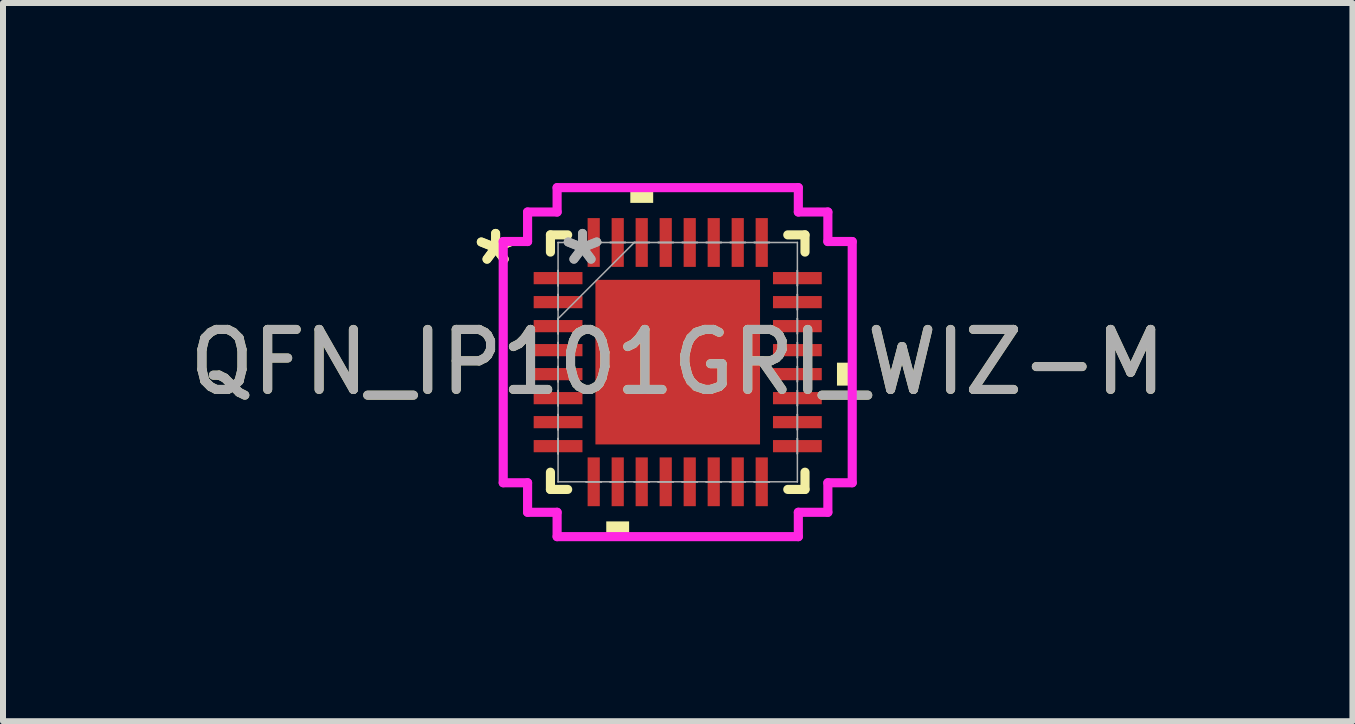
<source format=kicad_pcb>
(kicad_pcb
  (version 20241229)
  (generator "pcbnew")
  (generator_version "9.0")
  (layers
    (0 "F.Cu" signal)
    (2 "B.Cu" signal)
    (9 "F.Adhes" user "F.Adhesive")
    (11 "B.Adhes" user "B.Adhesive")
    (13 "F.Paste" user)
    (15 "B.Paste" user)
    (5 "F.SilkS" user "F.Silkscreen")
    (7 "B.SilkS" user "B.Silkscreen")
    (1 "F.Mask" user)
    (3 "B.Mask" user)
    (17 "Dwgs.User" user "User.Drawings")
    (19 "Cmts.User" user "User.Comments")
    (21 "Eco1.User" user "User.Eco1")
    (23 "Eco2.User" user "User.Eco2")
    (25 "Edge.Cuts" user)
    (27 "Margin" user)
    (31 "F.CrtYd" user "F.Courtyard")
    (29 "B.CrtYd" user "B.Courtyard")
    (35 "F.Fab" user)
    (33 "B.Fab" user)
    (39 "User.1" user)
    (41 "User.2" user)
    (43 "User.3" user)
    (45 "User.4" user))
  (footprint "QFN_IP101GRI_WIZ-M"
    (layer "F.Cu")
    (at 8.244 2.985)
    (property "Reference" "QFN_IP101GRI_WIZ-M" (at 0 0 0) (unlocked yes) (layer "F.SilkS") (effects (font (size 1 1) (thickness 0.15))))
    (attr smd)
    (fp_line (start -2.121 -2.121) (end -2.121 -1.834) (stroke (width 0.152) (type solid)) (layer "F.SilkS"))
    (fp_line (start -2.121 1.834) (end -2.121 2.121) (stroke (width 0.152) (type solid)) (layer "F.SilkS"))
    (fp_line (start -2.121 2.121) (end -1.834 2.121) (stroke (width 0.152) (type solid)) (layer "F.SilkS"))
    (fp_line (start -1.834 -2.121) (end -2.121 -2.121) (stroke (width 0.152) (type solid)) (layer "F.SilkS"))
    (fp_line (start 1.834 2.121) (end 2.121 2.121) (stroke (width 0.152) (type solid)) (layer "F.SilkS"))
    (fp_line (start 2.121 -2.121) (end 1.834 -2.121) (stroke (width 0.152) (type solid)) (layer "F.SilkS"))
    (fp_line (start 2.121 -1.834) (end 2.121 -2.121) (stroke (width 0.152) (type solid)) (layer "F.SilkS"))
    (fp_line (start 2.121 2.121) (end 2.121 1.834) (stroke (width 0.152) (type solid)) (layer "F.SilkS"))
    (fp_poly (pts (xy -1.191 2.654) (xy -1.191 2.908) (xy -0.81 2.908) (xy -0.81 2.654)) (stroke (width 0) (type solid)) (fill yes) (layer "F.SilkS"))
    (fp_poly (pts (xy -0.79 -2.654) (xy -0.79 -2.908) (xy -0.409 -2.908) (xy -0.409 -2.654)) (stroke (width 0) (type solid)) (fill yes) (layer "F.SilkS"))
    (fp_poly (pts (xy 2.908 0.009) (xy 2.908 0.391) (xy 2.654 0.391) (xy 2.654 0.009)) (stroke (width 0) (type solid)) (fill yes) (layer "F.SilkS"))
    (fp_poly (pts (xy -1.272 -1.272) (xy -1.272 -0.1) (xy -0.1 -0.1) (xy -0.1 -1.272)) (stroke (width 0) (type solid)) (fill yes) (layer "F.Paste"))
    (fp_poly (pts (xy -1.272 0.1) (xy -1.272 1.272) (xy -0.1 1.272) (xy -0.1 0.1)) (stroke (width 0) (type solid)) (fill yes) (layer "F.Paste"))
    (fp_poly (pts (xy 0.1 -1.272) (xy 0.1 -0.1) (xy 1.272 -0.1) (xy 1.272 -1.272)) (stroke (width 0) (type solid)) (fill yes) (layer "F.Paste"))
    (fp_poly (pts (xy 0.1 0.1) (xy 0.1 1.272) (xy 1.272 1.272) (xy 1.272 0.1)) (stroke (width 0) (type solid)) (fill yes) (layer "F.Paste"))
    (fp_line (start -2.908 -2.01) (end -2.502 -2.01) (stroke (width 0.152) (type solid)) (layer "F.CrtYd"))
    (fp_line (start -2.908 2.01) (end -2.908 -2.01) (stroke (width 0.152) (type solid)) (layer "F.CrtYd"))
    (fp_line (start -2.502 -2.502) (end -2.01 -2.502) (stroke (width 0.152) (type solid)) (layer "F.CrtYd"))
    (fp_line (start -2.502 -2.01) (end -2.502 -2.502) (stroke (width 0.152) (type solid)) (layer "F.CrtYd"))
    (fp_line (start -2.502 2.01) (end -2.908 2.01) (stroke (width 0.152) (type solid)) (layer "F.CrtYd"))
    (fp_line (start -2.502 2.502) (end -2.502 2.01) (stroke (width 0.152) (type solid)) (layer "F.CrtYd"))
    (fp_line (start -2.01 -2.908) (end 2.01 -2.908) (stroke (width 0.152) (type solid)) (layer "F.CrtYd"))
    (fp_line (start -2.01 -2.502) (end -2.01 -2.908) (stroke (width 0.152) (type solid)) (layer "F.CrtYd"))
    (fp_line (start -2.01 2.502) (end -2.502 2.502) (stroke (width 0.152) (type solid)) (layer "F.CrtYd"))
    (fp_line (start -2.01 2.908) (end -2.01 2.502) (stroke (width 0.152) (type solid)) (layer "F.CrtYd"))
    (fp_line (start 2.01 -2.908) (end 2.01 -2.502) (stroke (width 0.152) (type solid)) (layer "F.CrtYd"))
    (fp_line (start 2.01 -2.502) (end 2.502 -2.502) (stroke (width 0.152) (type solid)) (layer "F.CrtYd"))
    (fp_line (start 2.01 2.502) (end 2.01 2.908) (stroke (width 0.152) (type solid)) (layer "F.CrtYd"))
    (fp_line (start 2.01 2.908) (end -2.01 2.908) (stroke (width 0.152) (type solid)) (layer "F.CrtYd"))
    (fp_line (start 2.502 -2.502) (end 2.502 -2.01) (stroke (width 0.152) (type solid)) (layer "F.CrtYd"))
    (fp_line (start 2.502 -2.01) (end 2.908 -2.01) (stroke (width 0.152) (type solid)) (layer "F.CrtYd"))
    (fp_line (start 2.502 2.01) (end 2.502 2.502) (stroke (width 0.152) (type solid)) (layer "F.CrtYd"))
    (fp_line (start 2.502 2.502) (end 2.01 2.502) (stroke (width 0.152) (type solid)) (layer "F.CrtYd"))
    (fp_line (start 2.908 -2.01) (end 2.908 2.01) (stroke (width 0.152) (type solid)) (layer "F.CrtYd"))
    (fp_line (start 2.908 2.01) (end 2.502 2.01) (stroke (width 0.152) (type solid)) (layer "F.CrtYd"))
    (fp_line (start -1.994 -1.994) (end -1.994 -1.994) (stroke (width 0.025) (type solid)) (layer "F.Fab"))
    (fp_line (start -1.994 -1.994) (end -1.994 1.994) (stroke (width 0.025) (type solid)) (layer "F.Fab"))
    (fp_line (start -1.994 -1.527) (end -1.994 -1.527) (stroke (width 0.025) (type solid)) (layer "F.Fab"))
    (fp_line (start -1.994 -1.527) (end -1.994 -1.273) (stroke (width 0.025) (type solid)) (layer "F.Fab"))
    (fp_line (start -1.994 -1.273) (end -1.994 -1.527) (stroke (width 0.025) (type solid)) (layer "F.Fab"))
    (fp_line (start -1.994 -1.273) (end -1.994 -1.273) (stroke (width 0.025) (type solid)) (layer "F.Fab"))
    (fp_line (start -1.994 -1.127) (end -1.994 -1.127) (stroke (width 0.025) (type solid)) (layer "F.Fab"))
    (fp_line (start -1.994 -1.127) (end -1.994 -0.873) (stroke (width 0.025) (type solid)) (layer "F.Fab"))
    (fp_line (start -1.994 -0.873) (end -1.994 -1.127) (stroke (width 0.025) (type solid)) (layer "F.Fab"))
    (fp_line (start -1.994 -0.873) (end -1.994 -0.873) (stroke (width 0.025) (type solid)) (layer "F.Fab"))
    (fp_line (start -1.994 -0.727) (end -1.994 -0.727) (stroke (width 0.025) (type solid)) (layer "F.Fab"))
    (fp_line (start -1.994 -0.727) (end -1.994 -0.473) (stroke (width 0.025) (type solid)) (layer "F.Fab"))
    (fp_line (start -1.994 -0.724) (end -0.724 -1.994) (stroke (width 0.025) (type solid)) (layer "F.Fab"))
    (fp_line (start -1.994 -0.473) (end -1.994 -0.727) (stroke (width 0.025) (type solid)) (layer "F.Fab"))
    (fp_line (start -1.994 -0.473) (end -1.994 -0.473) (stroke (width 0.025) (type solid)) (layer "F.Fab"))
    (fp_line (start -1.994 -0.327) (end -1.994 -0.327) (stroke (width 0.025) (type solid)) (layer "F.Fab"))
    (fp_line (start -1.994 -0.327) (end -1.994 -0.073) (stroke (width 0.025) (type solid)) (layer "F.Fab"))
    (fp_line (start -1.994 -0.073) (end -1.994 -0.327) (stroke (width 0.025) (type solid)) (layer "F.Fab"))
    (fp_line (start -1.994 -0.073) (end -1.994 -0.073) (stroke (width 0.025) (type solid)) (layer "F.Fab"))
    (fp_line (start -1.994 0.073) (end -1.994 0.073) (stroke (width 0.025) (type solid)) (layer "F.Fab"))
    (fp_line (start -1.994 0.073) (end -1.994 0.327) (stroke (width 0.025) (type solid)) (layer "F.Fab"))
    (fp_line (start -1.994 0.327) (end -1.994 0.073) (stroke (width 0.025) (type solid)) (layer "F.Fab"))
    (fp_line (start -1.994 0.327) (end -1.994 0.327) (stroke (width 0.025) (type solid)) (layer "F.Fab"))
    (fp_line (start -1.994 0.473) (end -1.994 0.473) (stroke (width 0.025) (type solid)) (layer "F.Fab"))
    (fp_line (start -1.994 0.473) (end -1.994 0.727) (stroke (width 0.025) (type solid)) (layer "F.Fab"))
    (fp_line (start -1.994 0.727) (end -1.994 0.473) (stroke (width 0.025) (type solid)) (layer "F.Fab"))
    (fp_line (start -1.994 0.727) (end -1.994 0.727) (stroke (width 0.025) (type solid)) (layer "F.Fab"))
    (fp_line (start -1.994 0.873) (end -1.994 0.873) (stroke (width 0.025) (type solid)) (layer "F.Fab"))
    (fp_line (start -1.994 0.873) (end -1.994 1.127) (stroke (width 0.025) (type solid)) (layer "F.Fab"))
    (fp_line (start -1.994 1.127) (end -1.994 0.873) (stroke (width 0.025) (type solid)) (layer "F.Fab"))
    (fp_line (start -1.994 1.127) (end -1.994 1.127) (stroke (width 0.025) (type solid)) (layer "F.Fab"))
    (fp_line (start -1.994 1.273) (end -1.994 1.273) (stroke (width 0.025) (type solid)) (layer "F.Fab"))
    (fp_line (start -1.994 1.273) (end -1.994 1.527) (stroke (width 0.025) (type solid)) (layer "F.Fab"))
    (fp_line (start -1.994 1.527) (end -1.994 1.273) (stroke (width 0.025) (type solid)) (layer "F.Fab"))
    (fp_line (start -1.994 1.527) (end -1.994 1.527) (stroke (width 0.025) (type solid)) (layer "F.Fab"))
    (fp_line (start -1.994 1.994) (end -1.994 1.994) (stroke (width 0.025) (type solid)) (layer "F.Fab"))
    (fp_line (start -1.994 1.994) (end 1.994 1.994) (stroke (width 0.025) (type solid)) (layer "F.Fab"))
    (fp_line (start -1.527 -1.994) (end -1.527 -1.994) (stroke (width 0.025) (type solid)) (layer "F.Fab"))
    (fp_line (start -1.527 -1.994) (end -1.273 -1.994) (stroke (width 0.025) (type solid)) (layer "F.Fab"))
    (fp_line (start -1.527 1.994) (end -1.527 1.994) (stroke (width 0.025) (type solid)) (layer "F.Fab"))
    (fp_line (start -1.527 1.994) (end -1.273 1.994) (stroke (width 0.025) (type solid)) (layer "F.Fab"))
    (fp_line (start -1.273 -1.994) (end -1.527 -1.994) (stroke (width 0.025) (type solid)) (layer "F.Fab"))
    (fp_line (start -1.273 -1.994) (end -1.273 -1.994) (stroke (width 0.025) (type solid)) (layer "F.Fab"))
    (fp_line (start -1.273 1.994) (end -1.527 1.994) (stroke (width 0.025) (type solid)) (layer "F.Fab"))
    (fp_line (start -1.273 1.994) (end -1.273 1.994) (stroke (width 0.025) (type solid)) (layer "F.Fab"))
    (fp_line (start -1.127 -1.994) (end -1.127 -1.994) (stroke (width 0.025) (type solid)) (layer "F.Fab"))
    (fp_line (start -1.127 -1.994) (end -0.873 -1.994) (stroke (width 0.025) (type solid)) (layer "F.Fab"))
    (fp_line (start -1.127 1.994) (end -1.127 1.994) (stroke (width 0.025) (type solid)) (layer "F.Fab"))
    (fp_line (start -1.127 1.994) (end -0.873 1.994) (stroke (width 0.025) (type solid)) (layer "F.Fab"))
    (fp_line (start -0.873 -1.994) (end -1.127 -1.994) (stroke (width 0.025) (type solid)) (layer "F.Fab"))
    (fp_line (start -0.873 -1.994) (end -0.873 -1.994) (stroke (width 0.025) (type solid)) (layer "F.Fab"))
    (fp_line (start -0.873 1.994) (end -1.127 1.994) (stroke (width 0.025) (type solid)) (layer "F.Fab"))
    (fp_line (start -0.873 1.994) (end -0.873 1.994) (stroke (width 0.025) (type solid)) (layer "F.Fab"))
    (fp_line (start -0.727 -1.994) (end -0.727 -1.994) (stroke (width 0.025) (type solid)) (layer "F.Fab"))
    (fp_line (start -0.727 -1.994) (end -0.473 -1.994) (stroke (width 0.025) (type solid)) (layer "F.Fab"))
    (fp_line (start -0.727 1.994) (end -0.727 1.994) (stroke (width 0.025) (type solid)) (layer "F.Fab"))
    (fp_line (start -0.727 1.994) (end -0.473 1.994) (stroke (width 0.025) (type solid)) (layer "F.Fab"))
    (fp_line (start -0.473 -1.994) (end -0.727 -1.994) (stroke (width 0.025) (type solid)) (layer "F.Fab"))
    (fp_line (start -0.473 -1.994) (end -0.473 -1.994) (stroke (width 0.025) (type solid)) (layer "F.Fab"))
    (fp_line (start -0.473 1.994) (end -0.727 1.994) (stroke (width 0.025) (type solid)) (layer "F.Fab"))
    (fp_line (start -0.473 1.994) (end -0.473 1.994) (stroke (width 0.025) (type solid)) (layer "F.Fab"))
    (fp_line (start -0.327 -1.994) (end -0.327 -1.994) (stroke (width 0.025) (type solid)) (layer "F.Fab"))
    (fp_line (start -0.327 -1.994) (end -0.073 -1.994) (stroke (width 0.025) (type solid)) (layer "F.Fab"))
    (fp_line (start -0.327 1.994) (end -0.327 1.994) (stroke (width 0.025) (type solid)) (layer "F.Fab"))
    (fp_line (start -0.327 1.994) (end -0.073 1.994) (stroke (width 0.025) (type solid)) (layer "F.Fab"))
    (fp_line (start -0.073 -1.994) (end -0.327 -1.994) (stroke (width 0.025) (type solid)) (layer "F.Fab"))
    (fp_line (start -0.073 -1.994) (end -0.073 -1.994) (stroke (width 0.025) (type solid)) (layer "F.Fab"))
    (fp_line (start -0.073 1.994) (end -0.327 1.994) (stroke (width 0.025) (type solid)) (layer "F.Fab"))
    (fp_line (start -0.073 1.994) (end -0.073 1.994) (stroke (width 0.025) (type solid)) (layer "F.Fab"))
    (fp_line (start 0.073 -1.994) (end 0.073 -1.994) (stroke (width 0.025) (type solid)) (layer "F.Fab"))
    (fp_line (start 0.073 -1.994) (end 0.327 -1.994) (stroke (width 0.025) (type solid)) (layer "F.Fab"))
    (fp_line (start 0.073 1.994) (end 0.073 1.994) (stroke (width 0.025) (type solid)) (layer "F.Fab"))
    (fp_line (start 0.073 1.994) (end 0.327 1.994) (stroke (width 0.025) (type solid)) (layer "F.Fab"))
    (fp_line (start 0.327 -1.994) (end 0.073 -1.994) (stroke (width 0.025) (type solid)) (layer "F.Fab"))
    (fp_line (start 0.327 -1.994) (end 0.327 -1.994) (stroke (width 0.025) (type solid)) (layer "F.Fab"))
    (fp_line (start 0.327 1.994) (end 0.073 1.994) (stroke (width 0.025) (type solid)) (layer "F.Fab"))
    (fp_line (start 0.327 1.994) (end 0.327 1.994) (stroke (width 0.025) (type solid)) (layer "F.Fab"))
    (fp_line (start 0.473 -1.994) (end 0.473 -1.994) (stroke (width 0.025) (type solid)) (layer "F.Fab"))
    (fp_line (start 0.473 -1.994) (end 0.727 -1.994) (stroke (width 0.025) (type solid)) (layer "F.Fab"))
    (fp_line (start 0.473 1.994) (end 0.473 1.994) (stroke (width 0.025) (type solid)) (layer "F.Fab"))
    (fp_line (start 0.473 1.994) (end 0.727 1.994) (stroke (width 0.025) (type solid)) (layer "F.Fab"))
    (fp_line (start 0.727 -1.994) (end 0.473 -1.994) (stroke (width 0.025) (type solid)) (layer "F.Fab"))
    (fp_line (start 0.727 -1.994) (end 0.727 -1.994) (stroke (width 0.025) (type solid)) (layer "F.Fab"))
    (fp_line (start 0.727 1.994) (end 0.473 1.994) (stroke (width 0.025) (type solid)) (layer "F.Fab"))
    (fp_line (start 0.727 1.994) (end 0.727 1.994) (stroke (width 0.025) (type solid)) (layer "F.Fab"))
    (fp_line (start 0.873 -1.994) (end 0.873 -1.994) (stroke (width 0.025) (type solid)) (layer "F.Fab"))
    (fp_line (start 0.873 -1.994) (end 1.127 -1.994) (stroke (width 0.025) (type solid)) (layer "F.Fab"))
    (fp_line (start 0.873 1.994) (end 0.873 1.994) (stroke (width 0.025) (type solid)) (layer "F.Fab"))
    (fp_line (start 0.873 1.994) (end 1.127 1.994) (stroke (width 0.025) (type solid)) (layer "F.Fab"))
    (fp_line (start 1.127 -1.994) (end 0.873 -1.994) (stroke (width 0.025) (type solid)) (layer "F.Fab"))
    (fp_line (start 1.127 -1.994) (end 1.127 -1.994) (stroke (width 0.025) (type solid)) (layer "F.Fab"))
    (fp_line (start 1.127 1.994) (end 0.873 1.994) (stroke (width 0.025) (type solid)) (layer "F.Fab"))
    (fp_line (start 1.127 1.994) (end 1.127 1.994) (stroke (width 0.025) (type solid)) (layer "F.Fab"))
    (fp_line (start 1.273 -1.994) (end 1.273 -1.994) (stroke (width 0.025) (type solid)) (layer "F.Fab"))
    (fp_line (start 1.273 -1.994) (end 1.527 -1.994) (stroke (width 0.025) (type solid)) (layer "F.Fab"))
    (fp_line (start 1.273 1.994) (end 1.273 1.994) (stroke (width 0.025) (type solid)) (layer "F.Fab"))
    (fp_line (start 1.273 1.994) (end 1.527 1.994) (stroke (width 0.025) (type solid)) (layer "F.Fab"))
    (fp_line (start 1.527 -1.994) (end 1.273 -1.994) (stroke (width 0.025) (type solid)) (layer "F.Fab"))
    (fp_line (start 1.527 -1.994) (end 1.527 -1.994) (stroke (width 0.025) (type solid)) (layer "F.Fab"))
    (fp_line (start 1.527 1.994) (end 1.273 1.994) (stroke (width 0.025) (type solid)) (layer "F.Fab"))
    (fp_line (start 1.527 1.994) (end 1.527 1.994) (stroke (width 0.025) (type solid)) (layer "F.Fab"))
    (fp_line (start 1.994 -1.994) (end -1.994 -1.994) (stroke (width 0.025) (type solid)) (layer "F.Fab"))
    (fp_line (start 1.994 -1.994) (end 1.994 -1.994) (stroke (width 0.025) (type solid)) (layer "F.Fab"))
    (fp_line (start 1.994 -1.527) (end 1.994 -1.527) (stroke (width 0.025) (type solid)) (layer "F.Fab"))
    (fp_line (start 1.994 -1.527) (end 1.994 -1.273) (stroke (width 0.025) (type solid)) (layer "F.Fab"))
    (fp_line (start 1.994 -1.273) (end 1.994 -1.527) (stroke (width 0.025) (type solid)) (layer "F.Fab"))
    (fp_line (start 1.994 -1.273) (end 1.994 -1.273) (stroke (width 0.025) (type solid)) (layer "F.Fab"))
    (fp_line (start 1.994 -1.127) (end 1.994 -1.127) (stroke (width 0.025) (type solid)) (layer "F.Fab"))
    (fp_line (start 1.994 -1.127) (end 1.994 -0.873) (stroke (width 0.025) (type solid)) (layer "F.Fab"))
    (fp_line (start 1.994 -0.873) (end 1.994 -1.127) (stroke (width 0.025) (type solid)) (layer "F.Fab"))
    (fp_line (start 1.994 -0.873) (end 1.994 -0.873) (stroke (width 0.025) (type solid)) (layer "F.Fab"))
    (fp_line (start 1.994 -0.727) (end 1.994 -0.727) (stroke (width 0.025) (type solid)) (layer "F.Fab"))
    (fp_line (start 1.994 -0.727) (end 1.994 -0.473) (stroke (width 0.025) (type solid)) (layer "F.Fab"))
    (fp_line (start 1.994 -0.473) (end 1.994 -0.727) (stroke (width 0.025) (type solid)) (layer "F.Fab"))
    (fp_line (start 1.994 -0.473) (end 1.994 -0.473) (stroke (width 0.025) (type solid)) (layer "F.Fab"))
    (fp_line (start 1.994 -0.327) (end 1.994 -0.327) (stroke (width 0.025) (type solid)) (layer "F.Fab"))
    (fp_line (start 1.994 -0.327) (end 1.994 -0.073) (stroke (width 0.025) (type solid)) (layer "F.Fab"))
    (fp_line (start 1.994 -0.073) (end 1.994 -0.327) (stroke (width 0.025) (type solid)) (layer "F.Fab"))
    (fp_line (start 1.994 -0.073) (end 1.994 -0.073) (stroke (width 0.025) (type solid)) (layer "F.Fab"))
    (fp_line (start 1.994 0.073) (end 1.994 0.073) (stroke (width 0.025) (type solid)) (layer "F.Fab"))
    (fp_line (start 1.994 0.073) (end 1.994 0.327) (stroke (width 0.025) (type solid)) (layer "F.Fab"))
    (fp_line (start 1.994 0.327) (end 1.994 0.073) (stroke (width 0.025) (type solid)) (layer "F.Fab"))
    (fp_line (start 1.994 0.327) (end 1.994 0.327) (stroke (width 0.025) (type solid)) (layer "F.Fab"))
    (fp_line (start 1.994 0.473) (end 1.994 0.473) (stroke (width 0.025) (type solid)) (layer "F.Fab"))
    (fp_line (start 1.994 0.473) (end 1.994 0.727) (stroke (width 0.025) (type solid)) (layer "F.Fab"))
    (fp_line (start 1.994 0.727) (end 1.994 0.473) (stroke (width 0.025) (type solid)) (layer "F.Fab"))
    (fp_line (start 1.994 0.727) (end 1.994 0.727) (stroke (width 0.025) (type solid)) (layer "F.Fab"))
    (fp_line (start 1.994 0.873) (end 1.994 0.873) (stroke (width 0.025) (type solid)) (layer "F.Fab"))
    (fp_line (start 1.994 0.873) (end 1.994 1.127) (stroke (width 0.025) (type solid)) (layer "F.Fab"))
    (fp_line (start 1.994 1.127) (end 1.994 0.873) (stroke (width 0.025) (type solid)) (layer "F.Fab"))
    (fp_line (start 1.994 1.127) (end 1.994 1.127) (stroke (width 0.025) (type solid)) (layer "F.Fab"))
    (fp_line (start 1.994 1.273) (end 1.994 1.273) (stroke (width 0.025) (type solid)) (layer "F.Fab"))
    (fp_line (start 1.994 1.273) (end 1.994 1.527) (stroke (width 0.025) (type solid)) (layer "F.Fab"))
    (fp_line (start 1.994 1.527) (end 1.994 1.273) (stroke (width 0.025) (type solid)) (layer "F.Fab"))
    (fp_line (start 1.994 1.527) (end 1.994 1.527) (stroke (width 0.025) (type solid)) (layer "F.Fab"))
    (fp_line (start 1.994 1.994) (end 1.994 -1.994) (stroke (width 0.025) (type solid)) (layer "F.Fab"))
    (fp_line (start 1.994 1.994) (end 1.994 1.994) (stroke (width 0.025) (type solid)) (layer "F.Fab"))
    (fp_text user "*" (at -3.035 -1.6 0) (unlocked yes) (layer "F.SilkS") (effects (font (size 1 1) (thickness 0.15))))
    (fp_text user "*" (at -3.035 -1.6 0) (layer "F.SilkS") (effects (font (size 1 1) (thickness 0.15))))
    (fp_text user "${REFERENCE}" (at 0 0 0) (unlocked yes) (layer "F.Fab") (effects (font (size 1 1) (thickness 0.15))))
    (fp_text user "*" (at -1.587 -1.6 0) (layer "F.Fab") (effects (font (size 1 1) (thickness 0.15))))
    (fp_text user "*" (at -1.587 -1.6 0) (unlocked yes) (layer "F.Fab") (effects (font (size 1 1) (thickness 0.15))))
    (pad "1" smd rect (at -1.994 -1.4 90) (size 0.203 0.813) (layers "F.Cu" "F.Mask" "F.Paste"))
    (pad "2" smd rect (at -1.994 -1 90) (size 0.203 0.813) (layers "F.Cu" "F.Mask" "F.Paste"))
    (pad "3" smd rect (at -1.994 -0.6 90) (size 0.203 0.813) (layers "F.Cu" "F.Mask" "F.Paste"))
    (pad "4" smd rect (at -1.994 -0.2 90) (size 0.203 0.813) (layers "F.Cu" "F.Mask" "F.Paste"))
    (pad "5" smd rect (at -1.994 0.2 90) (size 0.203 0.813) (layers "F.Cu" "F.Mask" "F.Paste"))
    (pad "6" smd rect (at -1.994 0.6 90) (size 0.203 0.813) (layers "F.Cu" "F.Mask" "F.Paste"))
    (pad "7" smd rect (at -1.994 1 90) (size 0.203 0.813) (layers "F.Cu" "F.Mask" "F.Paste"))
    (pad "8" smd rect (at -1.994 1.4 90) (size 0.203 0.813) (layers "F.Cu" "F.Mask" "F.Paste"))
    (pad "9" smd rect (at -1.4 1.994) (size 0.203 0.813) (layers "F.Cu" "F.Mask" "F.Paste"))
    (pad "10" smd rect (at -1 1.994) (size 0.203 0.813) (layers "F.Cu" "F.Mask" "F.Paste"))
    (pad "11" smd rect (at -0.6 1.994) (size 0.203 0.813) (layers "F.Cu" "F.Mask" "F.Paste"))
    (pad "12" smd rect (at -0.2 1.994) (size 0.203 0.813) (layers "F.Cu" "F.Mask" "F.Paste"))
    (pad "13" smd rect (at 0.2 1.994) (size 0.203 0.813) (layers "F.Cu" "F.Mask" "F.Paste"))
    (pad "14" smd rect (at 0.6 1.994) (size 0.203 0.813) (layers "F.Cu" "F.Mask" "F.Paste"))
    (pad "15" smd rect (at 1 1.994) (size 0.203 0.813) (layers "F.Cu" "F.Mask" "F.Paste"))
    (pad "16" smd rect (at 1.4 1.994) (size 0.203 0.813) (layers "F.Cu" "F.Mask" "F.Paste"))
    (pad "17" smd rect (at 1.994 1.4 90) (size 0.203 0.813) (layers "F.Cu" "F.Mask" "F.Paste"))
    (pad "18" smd rect (at 1.994 1 90) (size 0.203 0.813) (layers "F.Cu" "F.Mask" "F.Paste"))
    (pad "19" smd rect (at 1.994 0.6 90) (size 0.203 0.813) (layers "F.Cu" "F.Mask" "F.Paste"))
    (pad "20" smd rect (at 1.994 0.2 90) (size 0.203 0.813) (layers "F.Cu" "F.Mask" "F.Paste"))
    (pad "21" smd rect (at 1.994 -0.2 90) (size 0.203 0.813) (layers "F.Cu" "F.Mask" "F.Paste"))
    (pad "22" smd rect (at 1.994 -0.6 90) (size 0.203 0.813) (layers "F.Cu" "F.Mask" "F.Paste"))
    (pad "23" smd rect (at 1.994 -1 90) (size 0.203 0.813) (layers "F.Cu" "F.Mask" "F.Paste"))
    (pad "24" smd rect (at 1.994 -1.4 90) (size 0.203 0.813) (layers "F.Cu" "F.Mask" "F.Paste"))
    (pad "25" smd rect (at 1.4 -1.994) (size 0.203 0.813) (layers "F.Cu" "F.Mask" "F.Paste"))
    (pad "26" smd rect (at 1 -1.994) (size 0.203 0.813) (layers "F.Cu" "F.Mask" "F.Paste"))
    (pad "27" smd rect (at 0.6 -1.994) (size 0.203 0.813) (layers "F.Cu" "F.Mask" "F.Paste"))
    (pad "28" smd rect (at 0.2 -1.994) (size 0.203 0.813) (layers "F.Cu" "F.Mask" "F.Paste"))
    (pad "29" smd rect (at -0.2 -1.994) (size 0.203 0.813) (layers "F.Cu" "F.Mask" "F.Paste"))
    (pad "30" smd rect (at -0.6 -1.994) (size 0.203 0.813) (layers "F.Cu" "F.Mask" "F.Paste"))
    (pad "31" smd rect (at -1 -1.994) (size 0.203 0.813) (layers "F.Cu" "F.Mask" "F.Paste"))
    (pad "32" smd rect (at -1.4 -1.994) (size 0.203 0.813) (layers "F.Cu" "F.Mask" "F.Paste"))
    (pad "33" smd rect (at 0 0) (size 2.743 2.743) (layers "F.Cu" "F.Mask")))
  (gr_rect
    (start -3 -3)
    (end 19.488 8.969)
    (stroke (width 0.1) (type default))
    (fill no)
    (layer "Edge.Cuts")))
</source>
